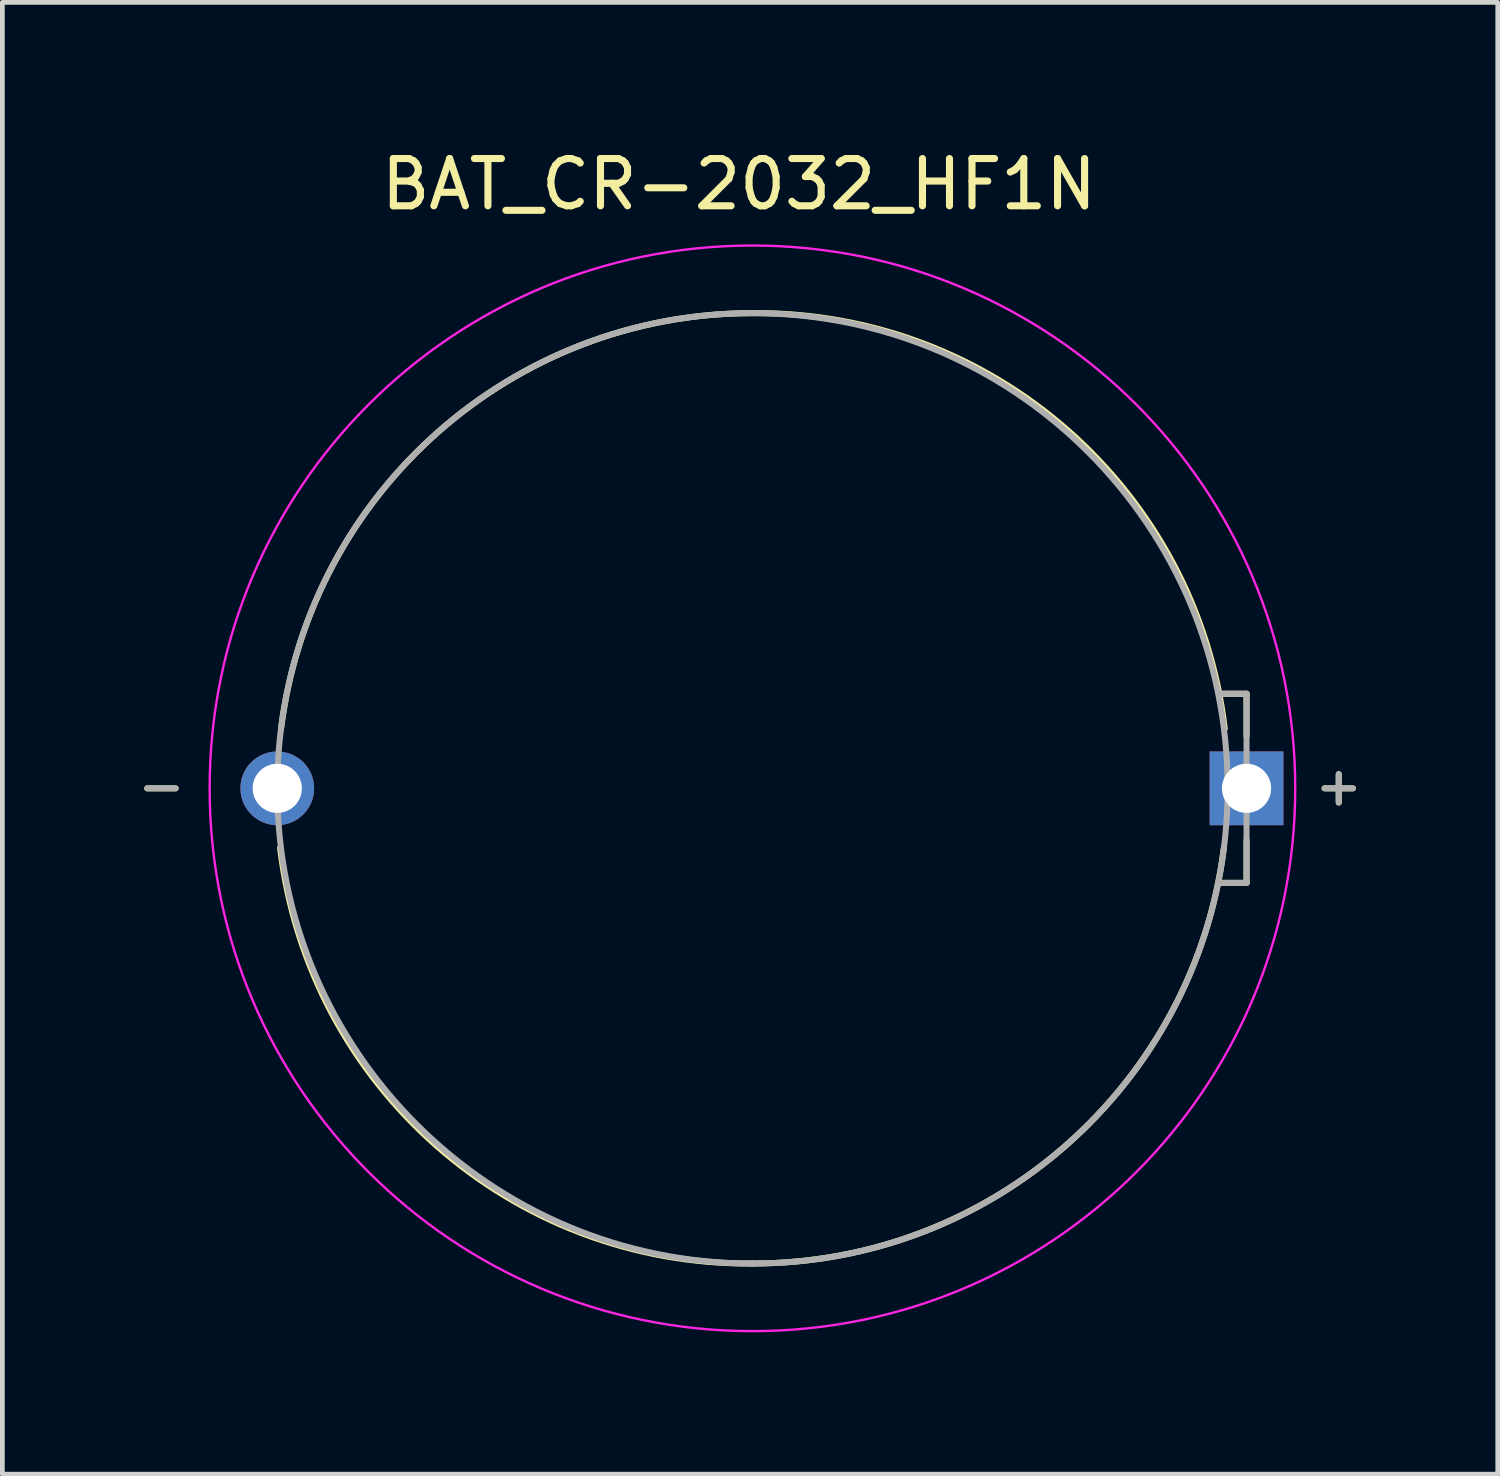
<source format=kicad_pcb>
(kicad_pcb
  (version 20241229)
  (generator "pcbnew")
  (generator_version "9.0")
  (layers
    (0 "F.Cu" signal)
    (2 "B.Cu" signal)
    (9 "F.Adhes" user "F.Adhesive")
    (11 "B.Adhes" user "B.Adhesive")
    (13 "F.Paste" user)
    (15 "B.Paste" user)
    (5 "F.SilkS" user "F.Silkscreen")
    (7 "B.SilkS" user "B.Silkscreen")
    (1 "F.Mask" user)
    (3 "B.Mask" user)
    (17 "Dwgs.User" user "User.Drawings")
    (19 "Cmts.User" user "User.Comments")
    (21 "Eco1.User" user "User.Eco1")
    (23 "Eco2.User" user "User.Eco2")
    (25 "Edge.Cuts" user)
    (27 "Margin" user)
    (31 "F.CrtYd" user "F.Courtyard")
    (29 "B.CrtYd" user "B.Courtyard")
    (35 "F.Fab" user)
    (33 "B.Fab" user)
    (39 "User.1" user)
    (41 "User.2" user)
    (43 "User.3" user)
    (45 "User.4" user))
  (footprint "BAT_CR-2032_HF1N"
    (layer "F.Cu")
    (at 12.864 13.623)
    (property "Reference" "BAT_CR-2032_HF1N" (at -0.285 -12.775 0) (layer "F.SilkS") (effects (font (size 1 1) (thickness 0.15))))
    (attr through_hole)
    (fp_line (start -12.8 0) (end -12.2 0) (stroke (width 0.127) (type solid)) (layer "F.SilkS"))
    (fp_line (start 10.45 -2) (end 9.88 -2) (stroke (width 0.127) (type solid)) (layer "F.SilkS"))
    (fp_line (start 10.45 -2) (end 10.45 -1.1) (stroke (width 0.127) (type solid)) (layer "F.SilkS"))
    (fp_line (start 10.45 2) (end 9.88 2) (stroke (width 0.127) (type solid)) (layer "F.SilkS"))
    (fp_line (start 10.45 2) (end 10.45 1.1) (stroke (width 0.127) (type solid)) (layer "F.SilkS"))
    (fp_line (start 12.1 0) (end 12.7 0) (stroke (width 0.127) (type solid)) (layer "F.SilkS"))
    (fp_line (start 12.4 -0.3) (end 12.4 0.3) (stroke (width 0.127) (type solid)) (layer "F.SilkS"))
    (fp_arc (start -9.97 -1.26) (mid -6.645671 -7.538605) (end 0 -10.050001) (stroke (width 0.127) (type solid)) (layer "F.SilkS"))
    (fp_arc (start 0 -10.05) (mid 6.675848 -7.565315) (end 9.99 -1.26) (stroke (width 0.127) (type solid)) (layer "F.SilkS"))
    (fp_arc (start 0 10.05) (mid -6.675848 7.565315) (end -9.99 1.26) (stroke (width 0.127) (type solid)) (layer "F.SilkS"))
    (fp_arc (start 9.97 1.26) (mid 6.645671 7.538605) (end 0 10.050001) (stroke (width 0.127) (type solid)) (layer "F.SilkS"))
    (fp_circle (center 0 0) (end 11.48 0) (stroke (width 0.05) (type solid)) (fill no) (layer "F.CrtYd"))
    (fp_line (start -12.8 0) (end -12.2 0) (stroke (width 0.127) (type solid)) (layer "F.Fab"))
    (fp_line (start 10.45 -2) (end 9.88 -2) (stroke (width 0.127) (type solid)) (layer "F.Fab"))
    (fp_line (start 10.45 -2) (end 10.45 2) (stroke (width 0.127) (type solid)) (layer "F.Fab"))
    (fp_line (start 10.45 2) (end 9.88 2) (stroke (width 0.127) (type solid)) (layer "F.Fab"))
    (fp_line (start 12.1 0) (end 12.7 0) (stroke (width 0.127) (type solid)) (layer "F.Fab"))
    (fp_line (start 12.4 -0.3) (end 12.4 0.3) (stroke (width 0.127) (type solid)) (layer "F.Fab"))
    (fp_circle (center 0 0) (end 10.05 0) (stroke (width 0.127) (type solid)) (fill no) (layer "F.Fab"))
    (pad "N" thru_hole circle (at -10.05 0) (size 1.56 1.56) (drill 1.04) (layers "*.Cu" "*.Mask"))
    (pad "P" thru_hole rect (at 10.45 0) (size 1.56 1.56) (drill 1.04) (layers "*.Cu" "*.Mask")))
  (gr_rect
    (start -3 -3)
    (end 28.627 28.128)
    (stroke (width 0.1) (type default))
    (fill no)
    (layer "Edge.Cuts")))
</source>
